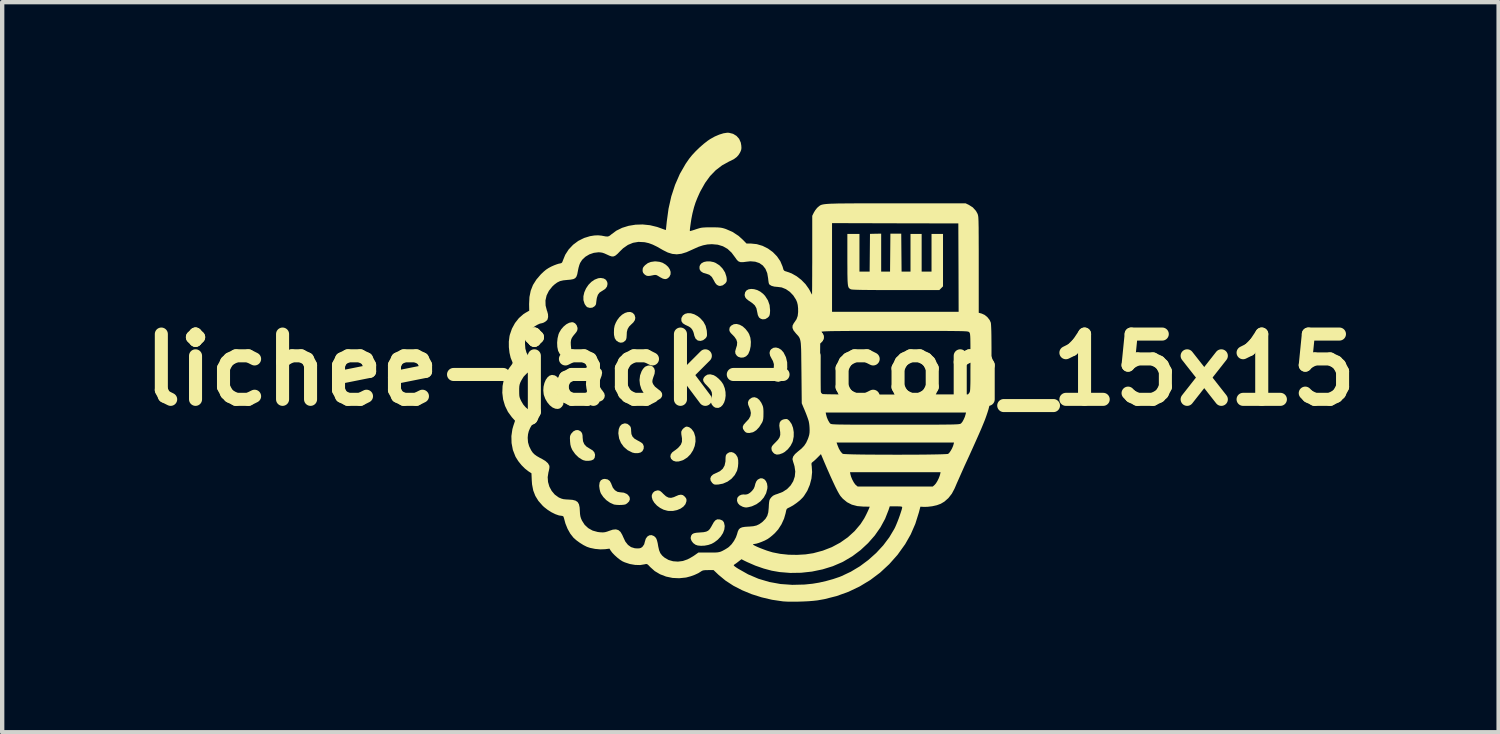
<source format=kicad_pcb>
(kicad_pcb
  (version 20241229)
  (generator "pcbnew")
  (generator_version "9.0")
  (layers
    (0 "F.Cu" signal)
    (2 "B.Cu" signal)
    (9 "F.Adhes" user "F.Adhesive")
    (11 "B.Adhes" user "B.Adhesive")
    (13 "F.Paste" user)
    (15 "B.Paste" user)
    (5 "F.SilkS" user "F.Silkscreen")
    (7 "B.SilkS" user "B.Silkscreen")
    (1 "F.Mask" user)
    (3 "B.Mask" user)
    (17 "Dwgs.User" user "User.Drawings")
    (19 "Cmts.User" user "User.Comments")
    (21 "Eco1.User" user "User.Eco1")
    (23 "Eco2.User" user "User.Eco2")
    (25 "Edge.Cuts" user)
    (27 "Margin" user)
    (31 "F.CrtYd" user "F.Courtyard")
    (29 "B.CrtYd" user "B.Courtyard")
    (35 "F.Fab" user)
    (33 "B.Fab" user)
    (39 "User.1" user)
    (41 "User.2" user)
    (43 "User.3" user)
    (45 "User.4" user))
  (footprint "lichee-jack-icon_15x15"
    (layer "F.Cu")
    (at 14.193 5.448)
    (property "Reference" "lichee-jack-icon_15x15" (at 0 0 0) (layer "F.SilkS") (effects (font (size 1.5 1.5) (thickness 0.3))))
    (attr board_only exclude_from_pos_files exclude_from_bom)
    (fp_poly (pts (xy -0.923 -2.491) (xy -0.844 -2.475) (xy -0.799 -2.457) (xy -0.711 -2.401) (xy -0.638 -2.325) (xy -0.582 -2.236) (xy -0.551 -2.14) (xy -0.545 -2.103) (xy -0.543 -2.055) (xy -0.55 -2.023) (xy -0.569 -1.995) (xy -0.581 -1.982) (xy -0.636 -1.941) (xy -0.696 -1.927) (xy -0.726 -1.931) (xy -0.77 -1.952) (xy -0.809 -1.997) (xy -0.843 -2.06) (xy -0.887 -2.135) (xy -0.944 -2.184) (xy -1.009 -2.207) (xy -1.087 -2.23) (xy -1.141 -2.266) (xy -1.168 -2.313) (xy -1.17 -2.369) (xy -1.157 -2.408) (xy -1.123 -2.449) (xy -1.068 -2.478) (xy -0.999 -2.492)) (stroke (width 0) (type solid)) (fill yes) (layer "F.SilkS"))
    (fp_poly (pts (xy -3.457 -0.031) (xy -3.454 -0.029) (xy -3.418 0.014) (xy -3.407 0.067) (xy -3.419 0.135) (xy -3.436 0.18) (xy -3.466 0.261) (xy -3.473 0.329) (xy -3.459 0.391) (xy -3.42 0.454) (xy -3.398 0.48) (xy -3.358 0.539) (xy -3.345 0.594) (xy -3.357 0.646) (xy -3.391 0.694) (xy -3.442 0.723) (xy -3.501 0.731) (xy -3.563 0.716) (xy -3.592 0.7) (xy -3.668 0.631) (xy -3.726 0.545) (xy -3.763 0.445) (xy -3.779 0.338) (xy -3.772 0.229) (xy -3.741 0.123) (xy -3.728 0.094) (xy -3.682 0.022) (xy -3.629 -0.028) (xy -3.571 -0.055) (xy -3.513 -0.056)) (stroke (width 0) (type solid)) (fill yes) (layer "F.SilkS"))
    (fp_poly (pts (xy -2.707 -1.31) (xy -2.668 -1.271) (xy -2.659 -1.252) (xy -2.644 -1.195) (xy -2.654 -1.143) (xy -2.688 -1.091) (xy -2.733 -1.048) (xy -2.787 -0.994) (xy -2.821 -0.937) (xy -2.839 -0.87) (xy -2.843 -0.787) (xy -2.847 -0.732) (xy -2.858 -0.694) (xy -2.876 -0.668) (xy -2.925 -0.632) (xy -2.981 -0.623) (xy -3.03 -0.637) (xy -3.082 -0.673) (xy -3.117 -0.727) (xy -3.134 -0.802) (xy -3.136 -0.857) (xy -3.133 -0.944) (xy -3.12 -1.015) (xy -3.094 -1.081) (xy -3.06 -1.143) (xy -3.007 -1.213) (xy -2.947 -1.268) (xy -2.882 -1.307) (xy -2.818 -1.327) (xy -2.758 -1.329)) (stroke (width 0) (type solid)) (fill yes) (layer "F.SilkS"))
    (fp_poly (pts (xy 0.649 -0.497) (xy 0.708 -0.46) (xy 0.76 -0.402) (xy 0.762 -0.399) (xy 0.817 -0.29) (xy 0.845 -0.172) (xy 0.847 -0.047) (xy 0.829 0.057) (xy 0.796 0.148) (xy 0.753 0.216) (xy 0.701 0.259) (xy 0.643 0.276) (xy 0.58 0.265) (xy 0.577 0.264) (xy 0.539 0.238) (xy 0.506 0.197) (xy 0.486 0.154) (xy 0.484 0.138) (xy 0.489 0.105) (xy 0.503 0.058) (xy 0.513 0.029) (xy 0.538 -0.056) (xy 0.54 -0.13) (xy 0.518 -0.202) (xy 0.491 -0.25) (xy 0.453 -0.324) (xy 0.44 -0.387) (xy 0.452 -0.44) (xy 0.478 -0.474) (xy 0.529 -0.506) (xy 0.587 -0.513)) (stroke (width 0) (type solid)) (fill yes) (layer "F.SilkS"))
    (fp_poly (pts (xy -3.37 -2.099) (xy -3.319 -2.068) (xy -3.29 -2.018) (xy -3.283 -1.973) (xy -3.295 -1.914) (xy -3.331 -1.864) (xy -3.394 -1.82) (xy -3.408 -1.813) (xy -3.466 -1.775) (xy -3.504 -1.725) (xy -3.527 -1.657) (xy -3.533 -1.625) (xy -3.54 -1.573) (xy -3.545 -1.532) (xy -3.547 -1.513) (xy -3.556 -1.49) (xy -3.58 -1.461) (xy -3.583 -1.458) (xy -3.631 -1.429) (xy -3.69 -1.423) (xy -3.748 -1.439) (xy -3.774 -1.462) (xy -3.801 -1.5) (xy -3.812 -1.52) (xy -3.837 -1.602) (xy -3.837 -1.691) (xy -3.816 -1.782) (xy -3.777 -1.87) (xy -3.723 -1.951) (xy -3.656 -2.02) (xy -3.58 -2.072) (xy -3.498 -2.104) (xy -3.439 -2.111)) (stroke (width 0) (type solid)) (fill yes) (layer "F.SilkS"))
    (fp_poly (pts (xy -2.826 1.242) (xy -2.784 1.274) (xy -2.758 1.303) (xy -2.746 1.334) (xy -2.741 1.376) (xy -2.741 1.401) (xy -2.734 1.476) (xy -2.71 1.533) (xy -2.666 1.58) (xy -2.597 1.621) (xy -2.587 1.626) (xy -2.537 1.653) (xy -2.495 1.681) (xy -2.471 1.703) (xy -2.45 1.756) (xy -2.453 1.815) (xy -2.48 1.867) (xy -2.482 1.87) (xy -2.524 1.9) (xy -2.584 1.915) (xy -2.652 1.915) (xy -2.713 1.901) (xy -2.82 1.847) (xy -2.908 1.772) (xy -2.974 1.681) (xy -3.017 1.577) (xy -3.034 1.463) (xy -3.034 1.45) (xy -3.025 1.363) (xy -2.998 1.296) (xy -2.955 1.252) (xy -2.896 1.232) (xy -2.876 1.231)) (stroke (width 0) (type solid)) (fill yes) (layer "F.SilkS"))
    (fp_poly (pts (xy -0.247 -1.036) (xy -0.177 -0.998) (xy -0.112 -0.939) (xy -0.053 -0.863) (xy -0.028 -0.818) (xy -0.000233 -0.737) (xy 0.011 -0.642) (xy 0.006 -0.542) (xy -0.014 -0.447) (xy -0.048 -0.366) (xy -0.054 -0.356) (xy -0.1 -0.31) (xy -0.157 -0.284) (xy -0.219 -0.28) (xy -0.277 -0.298) (xy -0.309 -0.321) (xy -0.343 -0.369) (xy -0.35 -0.422) (xy -0.335 -0.479) (xy -0.309 -0.563) (xy -0.304 -0.633) (xy -0.323 -0.695) (xy -0.366 -0.758) (xy -0.404 -0.798) (xy -0.447 -0.841) (xy -0.471 -0.873) (xy -0.482 -0.902) (xy -0.484 -0.927) (xy -0.477 -0.971) (xy -0.451 -1.006) (xy -0.439 -1.017) (xy -0.381 -1.048) (xy -0.316 -1.054)) (stroke (width 0) (type solid)) (fill yes) (layer "F.SilkS"))
    (fp_poly (pts (xy 0.086 -1.853) (xy 0.157 -1.833) (xy 0.227 -1.797) (xy 0.293 -1.746) (xy 0.337 -1.699) (xy 0.403 -1.596) (xy 0.441 -1.488) (xy 0.452 -1.372) (xy 0.452 -1.351) (xy 0.448 -1.293) (xy 0.441 -1.257) (xy 0.429 -1.231) (xy 0.407 -1.208) (xy 0.399 -1.2) (xy 0.343 -1.166) (xy 0.283 -1.16) (xy 0.239 -1.173) (xy 0.198 -1.203) (xy 0.171 -1.258) (xy 0.156 -1.332) (xy 0.138 -1.415) (xy 0.102 -1.48) (xy 0.043 -1.534) (xy 0.021 -1.549) (xy -0.046 -1.594) (xy -0.092 -1.632) (xy -0.118 -1.666) (xy -0.13 -1.702) (xy -0.132 -1.727) (xy -0.12 -1.784) (xy -0.089 -1.825) (xy -0.041 -1.85) (xy 0.019 -1.859)) (stroke (width 0) (type solid)) (fill yes) (layer "F.SilkS"))
    (fp_poly (pts (xy -3.279 2.519) (xy -3.23 2.556) (xy -3.197 2.617) (xy -3.194 2.628) (xy -3.161 2.708) (xy -3.113 2.767) (xy -3.053 2.804) (xy -2.993 2.814) (xy -2.907 2.823) (xy -2.841 2.852) (xy -2.814 2.873) (xy -2.777 2.922) (xy -2.769 2.974) (xy -2.788 3.024) (xy -2.833 3.069) (xy -2.868 3.091) (xy -2.901 3.099) (xy -2.953 3.104) (xy -3.014 3.106) (xy -3.074 3.103) (xy -3.123 3.097) (xy -3.137 3.094) (xy -3.226 3.054) (xy -3.31 2.995) (xy -3.381 2.922) (xy -3.434 2.843) (xy -3.45 2.804) (xy -3.464 2.746) (xy -3.473 2.681) (xy -3.474 2.657) (xy -3.464 2.586) (xy -3.436 2.538) (xy -3.389 2.512) (xy -3.344 2.506)) (stroke (width 0) (type solid)) (fill yes) (layer "F.SilkS"))
    (fp_poly (pts (xy -4.492 0.129) (xy -4.44 0.163) (xy -4.417 0.194) (xy -4.407 0.218) (xy -4.404 0.243) (xy -4.408 0.276) (xy -4.422 0.326) (xy -4.428 0.346) (xy -4.446 0.427) (xy -4.447 0.492) (xy -4.428 0.552) (xy -4.387 0.614) (xy -4.36 0.646) (xy -4.315 0.704) (xy -4.296 0.754) (xy -4.301 0.8) (xy -4.331 0.847) (xy -4.331 0.847) (xy -4.374 0.885) (xy -4.423 0.899) (xy -4.482 0.893) (xy -4.546 0.866) (xy -4.609 0.816) (xy -4.666 0.748) (xy -4.713 0.668) (xy -4.745 0.581) (xy -4.75 0.56) (xy -4.759 0.473) (xy -4.753 0.386) (xy -4.733 0.303) (xy -4.702 0.23) (xy -4.661 0.172) (xy -4.614 0.133) (xy -4.561 0.117) (xy -4.558 0.117)) (stroke (width 0) (type solid)) (fill yes) (layer "F.SilkS"))
    (fp_poly (pts (xy -2.098 2.774) (xy -2.069 2.788) (xy -2.034 2.817) (xy -2.003 2.849) (xy -1.94 2.906) (xy -1.882 2.936) (xy -1.823 2.942) (xy -1.758 2.925) (xy -1.721 2.908) (xy -1.65 2.878) (xy -1.595 2.869) (xy -1.549 2.88) (xy -1.508 2.914) (xy -1.506 2.916) (xy -1.478 2.952) (xy -1.468 2.985) (xy -1.47 3.023) (xy -1.493 3.088) (xy -1.54 3.144) (xy -1.606 3.19) (xy -1.686 3.223) (xy -1.777 3.242) (xy -1.873 3.243) (xy -1.909 3.238) (xy -1.995 3.214) (xy -2.075 3.173) (xy -2.147 3.12) (xy -2.206 3.057) (xy -2.247 2.991) (xy -2.266 2.924) (xy -2.265 2.878) (xy -2.241 2.826) (xy -2.197 2.788) (xy -2.14 2.771) (xy -2.129 2.77)) (stroke (width 0) (type solid)) (fill yes) (layer "F.SilkS"))
    (fp_poly (pts (xy -2.085 -2.481) (xy -2.009 -2.455) (xy -1.943 -2.415) (xy -1.889 -2.365) (xy -1.852 -2.309) (xy -1.833 -2.25) (xy -1.835 -2.192) (xy -1.862 -2.138) (xy -1.875 -2.124) (xy -1.916 -2.093) (xy -1.959 -2.084) (xy -2.01 -2.095) (xy -2.074 -2.128) (xy -2.085 -2.135) (xy -2.131 -2.163) (xy -2.163 -2.178) (xy -2.191 -2.181) (xy -2.226 -2.176) (xy -2.244 -2.172) (xy -2.31 -2.159) (xy -2.357 -2.157) (xy -2.394 -2.166) (xy -2.428 -2.189) (xy -2.432 -2.192) (xy -2.463 -2.226) (xy -2.476 -2.263) (xy -2.477 -2.29) (xy -2.473 -2.33) (xy -2.459 -2.361) (xy -2.427 -2.397) (xy -2.419 -2.405) (xy -2.357 -2.452) (xy -2.288 -2.479) (xy -2.203 -2.491) (xy -2.169 -2.491)) (stroke (width 0) (type solid)) (fill yes) (layer "F.SilkS"))
    (fp_poly (pts (xy -1.406 1.319) (xy -1.354 1.358) (xy -1.309 1.418) (xy -1.294 1.446) (xy -1.265 1.543) (xy -1.261 1.646) (xy -1.279 1.75) (xy -1.318 1.849) (xy -1.376 1.939) (xy -1.449 2.014) (xy -1.537 2.07) (xy -1.563 2.081) (xy -1.645 2.105) (xy -1.711 2.108) (xy -1.768 2.091) (xy -1.782 2.083) (xy -1.823 2.044) (xy -1.839 1.996) (xy -1.831 1.946) (xy -1.799 1.899) (xy -1.76 1.869) (xy -1.72 1.841) (xy -1.673 1.804) (xy -1.648 1.78) (xy -1.598 1.72) (xy -1.573 1.655) (xy -1.572 1.578) (xy -1.579 1.531) (xy -1.587 1.48) (xy -1.589 1.433) (xy -1.587 1.417) (xy -1.568 1.378) (xy -1.533 1.34) (xy -1.492 1.312) (xy -1.461 1.304)) (stroke (width 0) (type solid)) (fill yes) (layer "F.SilkS"))
    (fp_poly (pts (xy -1.367 -1.299) (xy -1.29 -1.276) (xy -1.213 -1.234) (xy -1.157 -1.191) (xy -1.08 -1.106) (xy -1.029 -1.012) (xy -1.003 -0.905) (xy -1 -0.871) (xy -0.997 -0.815) (xy -0.999 -0.779) (xy -1.009 -0.754) (xy -1.027 -0.729) (xy -1.035 -0.72) (xy -1.086 -0.681) (xy -1.145 -0.664) (xy -1.203 -0.672) (xy -1.216 -0.678) (xy -1.26 -0.717) (xy -1.288 -0.782) (xy -1.297 -0.823) (xy -1.311 -0.872) (xy -1.335 -0.921) (xy -1.338 -0.925) (xy -1.36 -0.954) (xy -1.385 -0.976) (xy -1.42 -0.998) (xy -1.473 -1.023) (xy -1.499 -1.035) (xy -1.555 -1.071) (xy -1.585 -1.119) (xy -1.587 -1.176) (xy -1.582 -1.197) (xy -1.551 -1.251) (xy -1.502 -1.286) (xy -1.439 -1.302)) (stroke (width 0) (type solid)) (fill yes) (layer "F.SilkS"))
    (fp_poly (pts (xy -0.38 1.908) (xy -0.333 1.947) (xy -0.297 2.005) (xy -0.294 2.013) (xy -0.281 2.072) (xy -0.279 2.147) (xy -0.286 2.227) (xy -0.302 2.301) (xy -0.308 2.321) (xy -0.36 2.419) (xy -0.434 2.503) (xy -0.526 2.57) (xy -0.63 2.615) (xy -0.734 2.635) (xy -0.788 2.638) (xy -0.822 2.636) (xy -0.846 2.626) (xy -0.87 2.606) (xy -0.879 2.597) (xy -0.914 2.546) (xy -0.921 2.495) (xy -0.902 2.447) (xy -0.858 2.405) (xy -0.791 2.373) (xy -0.701 2.33) (xy -0.635 2.273) (xy -0.593 2.199) (xy -0.573 2.106) (xy -0.572 2.061) (xy -0.57 2.005) (xy -0.564 1.969) (xy -0.551 1.944) (xy -0.536 1.927) (xy -0.487 1.896) (xy -0.433 1.89)) (stroke (width 0) (type solid)) (fill yes) (layer "F.SilkS"))
    (fp_poly (pts (xy -2.294 -0.098) (xy -2.246 -0.076) (xy -2.211 -0.035) (xy -2.195 0.02) (xy -2.201 0.085) (xy -2.208 0.108) (xy -2.233 0.177) (xy -2.248 0.227) (xy -2.253 0.262) (xy -2.25 0.292) (xy -2.238 0.322) (xy -2.234 0.331) (xy -2.192 0.388) (xy -2.123 0.443) (xy -2.064 0.489) (xy -2.033 0.533) (xy -2.026 0.581) (xy -2.036 0.62) (xy -2.065 0.659) (xy -2.112 0.688) (xy -2.167 0.703) (xy -2.179 0.703) (xy -2.216 0.697) (xy -2.265 0.681) (xy -2.294 0.669) (xy -2.382 0.612) (xy -2.452 0.535) (xy -2.505 0.443) (xy -2.537 0.341) (xy -2.548 0.234) (xy -2.535 0.128) (xy -2.5 0.032) (xy -2.467 -0.022) (xy -2.429 -0.063) (xy -2.414 -0.074) (xy -2.351 -0.099)) (stroke (width 0) (type solid)) (fill yes) (layer "F.SilkS"))
    (fp_poly (pts (xy -0.847 0.122) (xy -0.843 0.123) (xy -0.786 0.157) (xy -0.725 0.208) (xy -0.669 0.268) (xy -0.627 0.329) (xy -0.623 0.337) (xy -0.589 0.423) (xy -0.572 0.51) (xy -0.569 0.596) (xy -0.58 0.677) (xy -0.603 0.749) (xy -0.637 0.808) (xy -0.68 0.851) (xy -0.731 0.874) (xy -0.789 0.873) (xy -0.815 0.865) (xy -0.855 0.837) (xy -0.889 0.794) (xy -0.907 0.748) (xy -0.909 0.735) (xy -0.905 0.695) (xy -0.895 0.647) (xy -0.893 0.64) (xy -0.881 0.572) (xy -0.889 0.512) (xy -0.919 0.453) (xy -0.973 0.391) (xy -0.991 0.372) (xy -1.047 0.313) (xy -1.079 0.265) (xy -1.087 0.222) (xy -1.072 0.182) (xy -1.042 0.145) (xy -0.988 0.111) (xy -0.923 0.103)) (stroke (width 0) (type solid)) (fill yes) (layer "F.SilkS"))
    (fp_poly (pts (xy -0.712 3.437) (xy -0.686 3.444) (xy -0.642 3.463) (xy -0.615 3.495) (xy -0.606 3.514) (xy -0.59 3.588) (xy -0.599 3.668) (xy -0.63 3.751) (xy -0.681 3.83) (xy -0.749 3.903) (xy -0.831 3.965) (xy -0.891 3.998) (xy -0.967 4.024) (xy -1.051 4.04) (xy -1.134 4.044) (xy -1.209 4.037) (xy -1.26 4.02) (xy -1.313 3.982) (xy -1.351 3.933) (xy -1.371 3.881) (xy -1.371 3.847) (xy -1.358 3.805) (xy -1.336 3.776) (xy -1.3 3.756) (xy -1.245 3.744) (xy -1.166 3.738) (xy -1.158 3.737) (xy -1.075 3.731) (xy -1.015 3.718) (xy -0.97 3.696) (xy -0.934 3.66) (xy -0.9 3.606) (xy -0.879 3.568) (xy -0.84 3.499) (xy -0.802 3.456) (xy -0.761 3.436)) (stroke (width 0) (type solid)) (fill yes) (layer "F.SilkS"))
    (fp_poly (pts (xy 0.856 1.138) (xy 0.885 1.162) (xy 0.901 1.179) (xy 0.948 1.247) (xy 0.98 1.334) (xy 0.996 1.433) (xy 0.995 1.534) (xy 0.976 1.633) (xy 0.967 1.661) (xy 0.922 1.748) (xy 0.86 1.826) (xy 0.786 1.889) (xy 0.741 1.915) (xy 0.666 1.942) (xy 0.606 1.948) (xy 0.557 1.931) (xy 0.527 1.906) (xy 0.494 1.863) (xy 0.484 1.816) (xy 0.484 1.81) (xy 0.486 1.781) (xy 0.497 1.755) (xy 0.52 1.725) (xy 0.56 1.684) (xy 0.578 1.666) (xy 0.635 1.606) (xy 0.67 1.552) (xy 0.686 1.497) (xy 0.685 1.431) (xy 0.675 1.369) (xy 0.664 1.282) (xy 0.672 1.216) (xy 0.699 1.171) (xy 0.746 1.143) (xy 0.79 1.133) (xy 0.829 1.13)) (stroke (width 0) (type solid)) (fill yes) (layer "F.SilkS"))
    (fp_poly (pts (xy -4.074 -1.092) (xy -4.028 -1.068) (xy -3.992 -1.024) (xy -3.973 -0.967) (xy -3.972 -0.947) (xy -3.977 -0.911) (xy -3.995 -0.874) (xy -4.031 -0.828) (xy -4.036 -0.823) (xy -4.076 -0.774) (xy -4.104 -0.731) (xy -4.121 -0.686) (xy -4.128 -0.633) (xy -4.126 -0.567) (xy -4.117 -0.481) (xy -4.11 -0.431) (xy -4.107 -0.386) (xy -4.119 -0.353) (xy -4.136 -0.332) (xy -4.177 -0.301) (xy -4.231 -0.284) (xy -4.282 -0.284) (xy -4.294 -0.288) (xy -4.341 -0.319) (xy -4.384 -0.37) (xy -4.416 -0.432) (xy -4.42 -0.443) (xy -4.437 -0.527) (xy -4.441 -0.625) (xy -4.431 -0.725) (xy -4.409 -0.816) (xy -4.395 -0.851) (xy -4.35 -0.928) (xy -4.293 -0.994) (xy -4.229 -1.047) (xy -4.164 -1.081) (xy -4.102 -1.094)) (stroke (width 0) (type solid)) (fill yes) (layer "F.SilkS"))
    (fp_poly (pts (xy -3.91 1.407) (xy -3.884 1.432) (xy -3.865 1.467) (xy -3.856 1.515) (xy -3.855 1.556) (xy -3.846 1.641) (xy -3.818 1.708) (xy -3.768 1.763) (xy -3.692 1.811) (xy -3.686 1.814) (xy -3.623 1.853) (xy -3.586 1.896) (xy -3.57 1.947) (xy -3.57 1.965) (xy -3.579 2.022) (xy -3.607 2.061) (xy -3.659 2.083) (xy -3.719 2.091) (xy -3.784 2.09) (xy -3.838 2.077) (xy -3.869 2.063) (xy -3.951 2.01) (xy -4.026 1.936) (xy -4.087 1.85) (xy -4.098 1.83) (xy -4.122 1.774) (xy -4.137 1.715) (xy -4.144 1.641) (xy -4.144 1.634) (xy -4.147 1.573) (xy -4.145 1.532) (xy -4.136 1.502) (xy -4.121 1.473) (xy -4.116 1.466) (xy -4.068 1.414) (xy -4.014 1.387) (xy -3.96 1.384)) (stroke (width 0) (type solid)) (fill yes) (layer "F.SilkS"))
    (fp_poly (pts (xy 0.32 2.515) (xy 0.357 2.557) (xy 0.382 2.614) (xy 0.392 2.684) (xy 0.389 2.73) (xy 0.361 2.837) (xy 0.307 2.935) (xy 0.233 3.02) (xy 0.14 3.088) (xy 0.035 3.136) (xy 0.008 3.143) (xy -0.05 3.157) (xy -0.091 3.163) (xy -0.124 3.161) (xy -0.162 3.151) (xy -0.183 3.144) (xy -0.246 3.11) (xy -0.288 3.064) (xy -0.308 3.009) (xy -0.302 2.951) (xy -0.293 2.931) (xy -0.26 2.895) (xy -0.211 2.871) (xy -0.16 2.863) (xy -0.147 2.865) (xy -0.103 2.866) (xy -0.056 2.854) (xy -0.008 2.824) (xy 0.039 2.78) (xy 0.077 2.73) (xy 0.096 2.686) (xy 0.115 2.613) (xy 0.136 2.563) (xy 0.162 2.53) (xy 0.172 2.521) (xy 0.224 2.494) (xy 0.274 2.494)) (stroke (width 0) (type solid)) (fill yes) (layer "F.SilkS"))
    (fp_poly (pts (xy 0.15 0.647) (xy 0.203 0.689) (xy 0.25 0.755) (xy 0.258 0.772) (xy 0.278 0.815) (xy 0.291 0.853) (xy 0.297 0.895) (xy 0.3 0.951) (xy 0.3 1.004) (xy 0.299 1.076) (xy 0.295 1.127) (xy 0.287 1.165) (xy 0.274 1.2) (xy 0.265 1.217) (xy 0.202 1.317) (xy 0.134 1.389) (xy 0.06 1.434) (xy -0.021 1.451) (xy -0.033 1.451) (xy -0.079 1.448) (xy -0.111 1.433) (xy -0.138 1.406) (xy -0.17 1.356) (xy -0.176 1.31) (xy -0.156 1.262) (xy -0.11 1.209) (xy -0.103 1.202) (xy -0.037 1.131) (xy 0.000437 1.062) (xy 0.011 0.991) (xy -0.004 0.916) (xy -0.022 0.872) (xy -0.05 0.804) (xy -0.057 0.751) (xy -0.042 0.706) (xy -0.016 0.673) (xy 0.037 0.638) (xy 0.093 0.629)) (stroke (width 0) (type solid)) (fill yes) (layer "F.SilkS"))
    (fp_poly (pts (xy 3.47 -2.693) (xy 3.474 -2.257) (xy 3.576 -2.257) (xy 3.679 -2.257) (xy 3.679 -2.689) (xy 3.679 -3.122) (xy 3.807 -3.122) (xy 3.935 -3.122) (xy 3.935 -2.69) (xy 3.935 -2.257) (xy 4.049 -2.257) (xy 4.162 -2.257) (xy 4.162 -2.689) (xy 4.162 -3.122) (xy 4.294 -3.122) (xy 4.426 -3.122) (xy 4.426 -2.52) (xy 4.426 -1.918) (xy 4.383 -1.875) (xy 4.341 -1.832) (xy 3.339 -1.833) (xy 3.136 -1.833) (xy 2.96 -1.833) (xy 2.809 -1.834) (xy 2.683 -1.835) (xy 2.578 -1.836) (xy 2.493 -1.838) (xy 2.426 -1.84) (xy 2.376 -1.842) (xy 2.34 -1.845) (xy 2.316 -1.848) (xy 2.303 -1.852) (xy 2.303 -1.853) (xy 2.285 -1.863) (xy 2.27 -1.875) (xy 2.258 -1.89) (xy 2.249 -1.912) (xy 2.242 -1.944) (xy 2.237 -1.988) (xy 2.233 -2.047) (xy 2.231 -2.123) (xy 2.229 -2.219) (xy 2.229 -2.339) (xy 2.228 -2.484) (xy 2.228 -2.532) (xy 2.228 -3.122) (xy 2.367 -3.122) (xy 2.506 -3.122) (xy 2.506 -2.689) (xy 2.506 -2.257) (xy 2.623 -2.257) (xy 2.74 -2.257) (xy 2.744 -2.691) (xy 2.748 -3.124) (xy 2.876 -3.127) (xy 3.005 -3.129) (xy 3.005 -2.693) (xy 3.005 -2.257) (xy 3.107 -2.257) (xy 3.209 -2.257) (xy 3.213 -2.693) (xy 3.217 -3.129) (xy 3.342 -3.129) (xy 3.466 -3.129)) (stroke (width 0) (type solid)) (fill yes) (layer "F.SilkS"))
    (fp_poly (pts (xy -0.494 -5.447) (xy -0.398 -5.423) (xy -0.319 -5.375) (xy -0.259 -5.308) (xy -0.221 -5.222) (xy -0.209 -5.152) (xy -0.206 -5.096) (xy -0.212 -5.054) (xy -0.228 -5.013) (xy -0.242 -4.985) (xy -0.276 -4.932) (xy -0.317 -4.888) (xy -0.37 -4.848) (xy -0.442 -4.809) (xy -0.492 -4.786) (xy -0.651 -4.698) (xy -0.796 -4.587) (xy -0.926 -4.453) (xy -1.042 -4.293) (xy -1.146 -4.108) (xy -1.164 -4.072) (xy -1.218 -3.951) (xy -1.261 -3.843) (xy -1.295 -3.737) (xy -1.325 -3.62) (xy -1.332 -3.591) (xy -1.344 -3.532) (xy -1.357 -3.464) (xy -1.368 -3.393) (xy -1.378 -3.323) (xy -1.386 -3.263) (xy -1.391 -3.217) (xy -1.391 -3.191) (xy -1.39 -3.188) (xy -1.375 -3.191) (xy -1.339 -3.201) (xy -1.287 -3.217) (xy -1.253 -3.229) (xy -1.2 -3.246) (xy -1.155 -3.259) (xy -1.112 -3.267) (xy -1.063 -3.271) (xy -1 -3.274) (xy -0.917 -3.274) (xy -0.901 -3.274) (xy -0.813 -3.274) (xy -0.747 -3.272) (xy -0.696 -3.268) (xy -0.652 -3.261) (xy -0.609 -3.25) (xy -0.563 -3.235) (xy -0.411 -3.169) (xy -0.271 -3.077) (xy -0.173 -2.988) (xy -0.089 -2.902) (xy 0.011 -2.902) (xy 0.147 -2.888) (xy 0.279 -2.849) (xy 0.403 -2.787) (xy 0.515 -2.706) (xy 0.611 -2.608) (xy 0.687 -2.497) (xy 0.739 -2.374) (xy 0.748 -2.343) (xy 0.76 -2.301) (xy 0.777 -2.278) (xy 0.807 -2.264) (xy 0.833 -2.257) (xy 0.948 -2.215) (xy 1.063 -2.15) (xy 1.171 -2.066) (xy 1.266 -1.969) (xy 1.341 -1.864) (xy 1.362 -1.828) (xy 1.386 -1.781) (xy 1.405 -1.746) (xy 1.415 -1.73) (xy 1.416 -1.729) (xy 1.417 -1.744) (xy 1.417 -1.785) (xy 1.418 -1.85) (xy 1.419 -1.937) (xy 1.419 -2.044) (xy 1.42 -2.167) (xy 1.42 -2.305) (xy 1.42 -2.352) (xy 1.876 -2.352) (xy 1.876 -1.334) (xy 3.331 -1.334) (xy 4.785 -1.334) (xy 4.782 -2.349) (xy 4.778 -3.364) (xy 3.327 -3.367) (xy 1.876 -3.371) (xy 1.876 -2.352) (xy 1.42 -2.352) (xy 1.421 -2.454) (xy 1.421 -2.613) (xy 1.421 -2.634) (xy 1.421 -3.539) (xy 1.459 -3.616) (xy 1.491 -3.668) (xy 1.529 -3.716) (xy 1.55 -3.737) (xy 1.566 -3.75) (xy 1.581 -3.762) (xy 1.595 -3.773) (xy 1.612 -3.783) (xy 1.632 -3.791) (xy 1.658 -3.798) (xy 1.69 -3.804) (xy 1.73 -3.809) (xy 1.781 -3.813) (xy 1.844 -3.817) (xy 1.92 -3.819) (xy 2.012 -3.822) (xy 2.12 -3.823) (xy 2.247 -3.824) (xy 2.394 -3.825) (xy 2.562 -3.825) (xy 2.755 -3.825) (xy 2.972 -3.825) (xy 3.217 -3.825) (xy 3.341 -3.825) (xy 4.947 -3.825) (xy 5.02 -3.79) (xy 5.111 -3.732) (xy 5.183 -3.652) (xy 5.217 -3.591) (xy 5.222 -3.578) (xy 5.227 -3.564) (xy 5.231 -3.547) (xy 5.235 -3.525) (xy 5.238 -3.495) (xy 5.24 -3.456) (xy 5.242 -3.406) (xy 5.243 -3.343) (xy 5.245 -3.264) (xy 5.245 -3.167) (xy 5.246 -3.051) (xy 5.246 -2.913) (xy 5.247 -2.751) (xy 5.247 -2.564) (xy 5.247 -2.418) (xy 5.247 -1.311) (xy 5.316 -1.292) (xy 5.384 -1.261) (xy 5.447 -1.209) (xy 5.497 -1.145) (xy 5.522 -1.09) (xy 5.527 -1.066) (xy 5.53 -1.027) (xy 5.533 -0.968) (xy 5.536 -0.89) (xy 5.538 -0.79) (xy 5.539 -0.666) (xy 5.54 -0.518) (xy 5.54 -0.343) (xy 5.54 -0.238) (xy 5.54 -0.062) (xy 5.54 0.087) (xy 5.539 0.213) (xy 5.538 0.318) (xy 5.537 0.404) (xy 5.535 0.476) (xy 5.532 0.535) (xy 5.529 0.585) (xy 5.525 0.629) (xy 5.52 0.668) (xy 5.514 0.707) (xy 5.512 0.72) (xy 5.5 0.784) (xy 5.486 0.848) (xy 5.469 0.914) (xy 5.447 0.984) (xy 5.421 1.061) (xy 5.39 1.147) (xy 5.351 1.243) (xy 5.305 1.354) (xy 5.25 1.48) (xy 5.186 1.624) (xy 5.112 1.789) (xy 5.027 1.977) (xy 4.969 2.103) (xy 4.924 2.2) (xy 4.877 2.306) (xy 4.829 2.414) (xy 4.783 2.518) (xy 4.741 2.612) (xy 4.708 2.69) (xy 4.69 2.731) (xy 4.629 2.846) (xy 4.55 2.947) (xy 4.457 3.029) (xy 4.374 3.078) (xy 4.285 3.111) (xy 4.178 3.135) (xy 4.066 3.148) (xy 3.98 3.149) (xy 3.906 3.145) (xy 3.872 3.276) (xy 3.79 3.538) (xy 3.684 3.782) (xy 3.555 4.009) (xy 3.551 4.014) (xy 3.381 4.251) (xy 3.19 4.466) (xy 2.981 4.66) (xy 2.755 4.83) (xy 2.512 4.977) (xy 2.255 5.1) (xy 1.983 5.198) (xy 1.698 5.27) (xy 1.539 5.298) (xy 1.449 5.308) (xy 1.339 5.317) (xy 1.217 5.323) (xy 1.092 5.327) (xy 0.969 5.328) (xy 0.858 5.327) (xy 0.766 5.322) (xy 0.743 5.32) (xy 0.498 5.284) (xy 0.259 5.228) (xy 0.028 5.155) (xy -0.189 5.065) (xy -0.391 4.961) (xy -0.572 4.843) (xy -0.729 4.713) (xy -0.737 4.706) (xy -0.846 4.602) (xy -0.971 4.602) (xy -1.036 4.603) (xy -1.08 4.608) (xy -1.111 4.618) (xy -1.133 4.632) (xy -1.196 4.672) (xy -1.278 4.71) (xy -1.371 4.744) (xy -1.464 4.769) (xy -1.482 4.773) (xy -1.636 4.789) (xy -1.789 4.782) (xy -1.937 4.751) (xy -2.075 4.698) (xy -2.198 4.625) (xy -2.302 4.532) (xy -2.302 4.532) (xy -2.34 4.492) (xy -2.345 4.487) (xy -0.383 4.487) (xy -0.379 4.499) (xy -0.359 4.518) (xy -0.319 4.546) (xy -0.278 4.572) (xy -0.052 4.7) (xy 0.185 4.801) (xy 0.434 4.875) (xy 0.693 4.922) (xy 0.964 4.941) (xy 1.244 4.934) (xy 1.429 4.915) (xy 1.579 4.89) (xy 1.74 4.853) (xy 1.899 4.809) (xy 2.044 4.76) (xy 2.092 4.741) (xy 2.308 4.639) (xy 2.516 4.514) (xy 2.711 4.369) (xy 2.891 4.208) (xy 3.053 4.033) (xy 3.192 3.848) (xy 3.307 3.655) (xy 3.327 3.615) (xy 3.351 3.56) (xy 3.379 3.492) (xy 3.408 3.417) (xy 3.435 3.341) (xy 3.458 3.271) (xy 3.477 3.212) (xy 3.487 3.17) (xy 3.488 3.158) (xy 3.483 3.148) (xy 3.463 3.141) (xy 3.424 3.138) (xy 3.362 3.137) (xy 3.345 3.137) (xy 3.202 3.137) (xy 3.175 3.221) (xy 3.095 3.424) (xy 2.988 3.621) (xy 2.857 3.808) (xy 2.704 3.982) (xy 2.532 4.142) (xy 2.344 4.283) (xy 2.141 4.403) (xy 2.111 4.419) (xy 1.893 4.513) (xy 1.66 4.585) (xy 1.415 4.636) (xy 1.166 4.663) (xy 0.915 4.667) (xy 0.669 4.647) (xy 0.491 4.616) (xy 0.308 4.567) (xy 0.115 4.5) (xy -0.075 4.417) (xy -0.143 4.384) (xy -0.205 4.352) (xy -0.277 4.408) (xy -0.319 4.44) (xy -0.356 4.466) (xy -0.374 4.478) (xy -0.383 4.487) (xy -2.345 4.487) (xy -2.365 4.47) (xy -2.386 4.462) (xy -2.41 4.464) (xy -2.429 4.469) (xy -2.533 4.486) (xy -2.649 4.483) (xy -2.77 4.462) (xy -2.886 4.424) (xy -2.938 4.401) (xy -2.993 4.366) (xy -3.056 4.317) (xy -3.119 4.26) (xy -3.174 4.203) (xy -3.21 4.155) (xy -3.238 4.109) (xy -3.338 4.122) (xy -3.448 4.126) (xy -3.569 4.115) (xy -3.685 4.091) (xy -3.756 4.067) (xy -3.834 4.028) (xy -3.919 3.975) (xy -4 3.916) (xy -4.066 3.857) (xy -4.07 3.852) (xy -4.139 3.764) (xy -4.201 3.654) (xy -4.251 3.53) (xy -4.286 3.4) (xy -4.287 3.397) (xy -4.3 3.366) (xy -4.327 3.356) (xy -4.329 3.356) (xy -4.399 3.346) (xy -4.482 3.317) (xy -4.571 3.273) (xy -4.659 3.217) (xy -4.741 3.153) (xy -4.776 3.12) (xy -4.872 3.011) (xy -4.942 2.897) (xy -4.99 2.773) (xy -5.017 2.634) (xy -5.024 2.541) (xy -5.031 2.377) (xy -5.101 2.332) (xy -5.18 2.27) (xy -5.261 2.189) (xy -5.334 2.098) (xy -5.391 2.007) (xy -5.4 1.99) (xy -5.458 1.841) (xy -5.488 1.683) (xy -5.492 1.523) (xy -5.469 1.363) (xy -5.446 1.284) (xy -5.408 1.17) (xy -5.481 1.089) (xy -5.571 0.966) (xy -5.638 0.829) (xy -5.682 0.681) (xy -5.701 0.527) (xy -5.699 0.485) (xy -5.313 0.485) (xy -5.312 0.553) (xy -5.309 0.602) (xy -5.3 0.641) (xy -5.284 0.681) (xy -5.262 0.726) (xy -5.217 0.801) (xy -5.165 0.86) (xy -5.13 0.89) (xy -5.062 0.943) (xy -5.015 0.983) (xy -4.983 1.013) (xy -4.965 1.038) (xy -4.957 1.061) (xy -4.954 1.086) (xy -4.954 1.094) (xy -4.961 1.141) (xy -4.983 1.197) (xy -5.013 1.251) (xy -5.062 1.337) (xy -5.093 1.411) (xy -5.11 1.481) (xy -5.117 1.556) (xy -5.117 1.568) (xy -5.11 1.665) (xy -5.084 1.756) (xy -5.037 1.851) (xy -5.036 1.852) (xy -5.003 1.901) (xy -4.963 1.942) (xy -4.908 1.982) (xy -4.835 2.024) (xy -4.798 2.042) (xy -4.711 2.094) (xy -4.652 2.147) (xy -4.621 2.201) (xy -4.617 2.23) (xy -4.621 2.27) (xy -4.632 2.322) (xy -4.641 2.356) (xy -4.658 2.467) (xy -4.65 2.578) (xy -4.619 2.685) (xy -4.566 2.783) (xy -4.495 2.867) (xy -4.407 2.931) (xy -4.39 2.939) (xy -4.343 2.959) (xy -4.296 2.972) (xy -4.238 2.978) (xy -4.181 2.981) (xy -4.087 2.988) (xy -4.018 3.006) (xy -3.97 3.038) (xy -3.94 3.089) (xy -3.924 3.161) (xy -3.919 3.241) (xy -3.915 3.312) (xy -3.907 3.365) (xy -3.893 3.413) (xy -3.87 3.465) (xy -3.808 3.562) (xy -3.726 3.638) (xy -3.626 3.694) (xy -3.51 3.726) (xy -3.453 3.733) (xy -3.39 3.736) (xy -3.341 3.731) (xy -3.29 3.717) (xy -3.252 3.703) (xy -3.163 3.673) (xy -3.091 3.666) (xy -3.033 3.683) (xy -2.985 3.724) (xy -2.945 3.792) (xy -2.923 3.842) (xy -2.874 3.946) (xy -2.813 4.023) (xy -2.742 4.074) (xy -2.657 4.1) (xy -2.601 4.104) (xy -2.55 4.102) (xy -2.516 4.092) (xy -2.487 4.072) (xy -2.477 4.062) (xy -2.441 4.01) (xy -2.425 3.949) (xy -2.404 3.881) (xy -2.369 3.832) (xy -2.323 3.803) (xy -2.271 3.798) (xy -2.218 3.819) (xy -2.207 3.827) (xy -2.18 3.852) (xy -2.16 3.882) (xy -2.145 3.925) (xy -2.13 3.985) (xy -2.118 4.057) (xy -2.098 4.145) (xy -2.07 4.213) (xy -2.027 4.269) (xy -1.971 4.317) (xy -1.881 4.369) (xy -1.777 4.399) (xy -1.665 4.407) (xy -1.552 4.393) (xy -1.446 4.356) (xy -1.383 4.323) (xy -1.315 4.283) (xy -1.275 4.256) (xy -1.195 4.199) (xy -0.96 4.199) (xy -0.871 4.199) (xy -0.806 4.198) (xy -0.758 4.195) (xy -0.722 4.189) (xy -0.691 4.181) (xy -0.661 4.169) (xy -0.642 4.16) (xy -0.584 4.129) (xy -0.526 4.093) (xy -0.496 4.072) (xy -0.436 4.012) (xy 0.059 4.012) (xy 0.072 4.025) (xy 0.109 4.045) (xy 0.162 4.07) (xy 0.229 4.098) (xy 0.302 4.126) (xy 0.378 4.154) (xy 0.452 4.177) (xy 0.513 4.195) (xy 0.687 4.229) (xy 0.878 4.249) (xy 1.074 4.252) (xy 1.267 4.241) (xy 1.444 4.214) (xy 1.664 4.155) (xy 1.872 4.074) (xy 2.064 3.971) (xy 2.239 3.848) (xy 2.395 3.706) (xy 2.529 3.548) (xy 2.614 3.417) (xy 2.636 3.376) (xy 2.662 3.325) (xy 2.689 3.269) (xy 2.713 3.217) (xy 2.731 3.174) (xy 2.74 3.149) (xy 2.741 3.145) (xy 2.727 3.144) (xy 2.69 3.144) (xy 2.637 3.143) (xy 2.598 3.143) (xy 2.455 3.131) (xy 2.33 3.098) (xy 2.221 3.042) (xy 2.124 2.962) (xy 2.069 2.899) (xy 2.04 2.854) (xy 2.001 2.784) (xy 1.953 2.689) (xy 1.898 2.572) (xy 1.835 2.434) (xy 1.799 2.352) (xy 2.289 2.352) (xy 2.297 2.396) (xy 2.313 2.455) (xy 2.34 2.52) (xy 2.373 2.582) (xy 2.406 2.63) (xy 2.422 2.646) (xy 2.465 2.682) (xy 3.327 2.682) (xy 4.19 2.682) (xy 4.232 2.646) (xy 4.263 2.61) (xy 4.297 2.555) (xy 4.328 2.492) (xy 4.352 2.429) (xy 4.361 2.395) (xy 4.37 2.352) (xy 3.329 2.352) (xy 2.289 2.352) (xy 1.799 2.352) (xy 1.765 2.276) (xy 1.69 2.101) (xy 1.678 2.072) (xy 1.621 1.937) (xy 1.54 2.019) (xy 1.497 2.061) (xy 1.458 2.096) (xy 1.43 2.118) (xy 1.428 2.12) (xy 1.41 2.136) (xy 1.403 2.158) (xy 1.406 2.195) (xy 1.409 2.21) (xy 1.418 2.351) (xy 1.403 2.498) (xy 1.365 2.643) (xy 1.307 2.78) (xy 1.23 2.901) (xy 1.201 2.936) (xy 1.139 2.998) (xy 1.061 3.06) (xy 0.98 3.116) (xy 0.904 3.158) (xy 0.893 3.163) (xy 0.859 3.179) (xy 0.838 3.195) (xy 0.825 3.22) (xy 0.816 3.261) (xy 0.81 3.292) (xy 0.773 3.421) (xy 0.714 3.55) (xy 0.638 3.668) (xy 0.562 3.753) (xy 0.508 3.802) (xy 0.452 3.848) (xy 0.403 3.883) (xy 0.39 3.891) (xy 0.332 3.922) (xy 0.264 3.951) (xy 0.197 3.976) (xy 0.138 3.994) (xy 0.096 4.001) (xy 0.095 4.001) (xy 0.068 4.005) (xy 0.059 4.012) (xy -0.436 4.012) (xy -0.434 4.011) (xy -0.377 3.932) (xy -0.332 3.848) (xy -0.307 3.778) (xy -0.289 3.715) (xy -0.267 3.669) (xy -0.236 3.639) (xy -0.191 3.619) (xy -0.127 3.608) (xy -0.039 3.602) (xy -0.029 3.602) (xy 0.065 3.594) (xy 0.14 3.577) (xy 0.204 3.547) (xy 0.268 3.502) (xy 0.286 3.486) (xy 0.347 3.423) (xy 0.388 3.355) (xy 0.411 3.275) (xy 0.421 3.174) (xy 0.421 3.174) (xy 0.425 3.096) (xy 0.43 3.041) (xy 0.437 3.002) (xy 0.449 2.972) (xy 0.467 2.946) (xy 0.483 2.927) (xy 0.52 2.893) (xy 0.569 2.869) (xy 0.624 2.851) (xy 0.743 2.805) (xy 0.844 2.739) (xy 0.925 2.656) (xy 0.984 2.56) (xy 1.02 2.452) (xy 1.031 2.337) (xy 1.014 2.217) (xy 0.998 2.163) (xy 0.982 2.113) (xy 0.971 2.07) (xy 0.967 2.049) (xy 0.982 1.994) (xy 1.025 1.936) (xy 1.091 1.878) (xy 1.174 1.81) (xy 1.236 1.745) (xy 1.283 1.674) (xy 1.284 1.671) (xy 1.98 1.671) (xy 2.002 1.733) (xy 2.033 1.81) (xy 2.07 1.873) (xy 2.106 1.917) (xy 2.126 1.931) (xy 2.147 1.934) (xy 2.195 1.937) (xy 2.267 1.94) (xy 2.36 1.943) (xy 2.472 1.945) (xy 2.599 1.947) (xy 2.739 1.948) (xy 2.889 1.949) (xy 3.047 1.95) (xy 3.21 1.95) (xy 3.375 1.951) (xy 3.539 1.95) (xy 3.7 1.95) (xy 3.854 1.949) (xy 4 1.948) (xy 4.134 1.946) (xy 4.254 1.944) (xy 4.357 1.942) (xy 4.44 1.939) (xy 4.501 1.936) (xy 4.536 1.933) (xy 4.544 1.931) (xy 4.57 1.907) (xy 4.601 1.863) (xy 4.632 1.809) (xy 4.657 1.751) (xy 4.669 1.711) (xy 4.679 1.671) (xy 3.33 1.671) (xy 1.98 1.671) (xy 1.284 1.671) (xy 1.321 1.59) (xy 1.335 1.551) (xy 1.351 1.497) (xy 1.359 1.447) (xy 1.361 1.389) (xy 1.359 1.326) (xy 1.355 1.274) (xy 1.349 1.227) (xy 1.34 1.18) (xy 1.324 1.129) (xy 1.302 1.067) (xy 1.272 0.989) (xy 1.269 0.982) (xy 1.73 0.982) (xy 1.74 1.03) (xy 1.757 1.093) (xy 1.784 1.157) (xy 1.815 1.21) (xy 1.831 1.23) (xy 1.836 1.235) (xy 1.843 1.24) (xy 1.852 1.243) (xy 1.866 1.247) (xy 1.887 1.25) (xy 1.915 1.252) (xy 1.954 1.254) (xy 2.004 1.256) (xy 2.067 1.257) (xy 2.145 1.258) (xy 2.24 1.259) (xy 2.354 1.26) (xy 2.488 1.26) (xy 2.643 1.26) (xy 2.822 1.26) (xy 3.027 1.26) (xy 3.259 1.26) (xy 3.332 1.26) (xy 3.573 1.26) (xy 3.785 1.26) (xy 3.972 1.26) (xy 4.134 1.26) (xy 4.274 1.26) (xy 4.394 1.259) (xy 4.494 1.258) (xy 4.578 1.257) (xy 4.646 1.256) (xy 4.7 1.254) (xy 4.742 1.252) (xy 4.774 1.25) (xy 4.797 1.247) (xy 4.814 1.244) (xy 4.825 1.24) (xy 4.834 1.236) (xy 4.84 1.232) (xy 4.87 1.197) (xy 4.9 1.143) (xy 4.928 1.08) (xy 4.945 1.022) (xy 4.955 0.982) (xy 3.342 0.982) (xy 1.73 0.982) (xy 1.269 0.982) (xy 1.231 0.89) (xy 1.229 0.887) (xy 1.18 0.769) (xy 1.173 0.051) (xy 1.172 -0.02) (xy 1.6 -0.02) (xy 1.6 0.131) (xy 1.601 0.258) (xy 1.603 0.36) (xy 1.605 0.436) (xy 1.608 0.485) (xy 1.612 0.504) (xy 1.634 0.538) (xy 1.66 0.557) (xy 1.679 0.558) (xy 1.726 0.56) (xy 1.8 0.562) (xy 1.899 0.563) (xy 2.021 0.565) (xy 2.165 0.566) (xy 2.33 0.566) (xy 2.514 0.567) (xy 2.716 0.567) (xy 2.934 0.567) (xy 3.167 0.567) (xy 3.347 0.567) (xy 5.001 0.564) (xy 5.029 0.53) (xy 5.035 0.52) (xy 5.041 0.508) (xy 5.045 0.491) (xy 5.049 0.465) (xy 5.051 0.43) (xy 5.053 0.38) (xy 5.055 0.315) (xy 5.056 0.231) (xy 5.056 0.127) (xy 5.056 -0.002) (xy 5.057 -0.157) (xy 5.057 -0.17) (xy 5.057 -0.327) (xy 5.056 -0.458) (xy 5.056 -0.564) (xy 5.055 -0.649) (xy 5.054 -0.715) (xy 5.052 -0.764) (xy 5.049 -0.801) (xy 5.046 -0.826) (xy 5.041 -0.843) (xy 5.036 -0.854) (xy 5.03 -0.862) (xy 5.027 -0.865) (xy 5.022 -0.869) (xy 5.016 -0.873) (xy 5.006 -0.877) (xy 4.992 -0.88) (xy 4.972 -0.883) (xy 4.943 -0.885) (xy 4.906 -0.887) (xy 4.857 -0.889) (xy 4.795 -0.89) (xy 4.719 -0.891) (xy 4.627 -0.892) (xy 4.517 -0.893) (xy 4.388 -0.893) (xy 4.238 -0.894) (xy 4.066 -0.894) (xy 3.87 -0.894) (xy 3.648 -0.894) (xy 3.399 -0.894) (xy 3.33 -0.894) (xy 3.069 -0.894) (xy 2.835 -0.894) (xy 2.628 -0.894) (xy 2.445 -0.893) (xy 2.286 -0.893) (xy 2.149 -0.892) (xy 2.031 -0.891) (xy 1.933 -0.89) (xy 1.851 -0.889) (xy 1.785 -0.887) (xy 1.733 -0.885) (xy 1.694 -0.883) (xy 1.665 -0.881) (xy 1.647 -0.878) (xy 1.636 -0.875) (xy 1.633 -0.873) (xy 1.627 -0.867) (xy 1.621 -0.858) (xy 1.616 -0.844) (xy 1.613 -0.821) (xy 1.61 -0.788) (xy 1.607 -0.741) (xy 1.606 -0.679) (xy 1.604 -0.597) (xy 1.603 -0.495) (xy 1.602 -0.369) (xy 1.601 -0.216) (xy 1.601 -0.194) (xy 1.6 -0.02) (xy 1.172 -0.02) (xy 1.171 -0.116) (xy 1.169 -0.257) (xy 1.168 -0.374) (xy 1.166 -0.47) (xy 1.162 -0.548) (xy 1.158 -0.61) (xy 1.151 -0.659) (xy 1.142 -0.697) (xy 1.131 -0.728) (xy 1.117 -0.754) (xy 1.099 -0.779) (xy 1.077 -0.803) (xy 1.051 -0.831) (xy 1.04 -0.844) (xy 0.99 -0.907) (xy 0.967 -0.963) (xy 0.969 -1.016) (xy 0.996 -1.07) (xy 1.016 -1.097) (xy 1.06 -1.163) (xy 1.087 -1.238) (xy 1.097 -1.329) (xy 1.096 -1.412) (xy 1.088 -1.491) (xy 1.073 -1.553) (xy 1.049 -1.61) (xy 1.049 -1.61) (xy 0.985 -1.71) (xy 0.906 -1.792) (xy 0.816 -1.854) (xy 0.72 -1.893) (xy 0.627 -1.905) (xy 0.551 -1.912) (xy 0.487 -1.929) (xy 0.442 -1.956) (xy 0.428 -1.974) (xy 0.42 -2.002) (xy 0.413 -2.048) (xy 0.407 -2.103) (xy 0.387 -2.221) (xy 0.346 -2.32) (xy 0.286 -2.397) (xy 0.206 -2.453) (xy 0.11 -2.485) (xy -0.002 -2.494) (xy -0.093 -2.484) (xy -0.17 -2.474) (xy -0.227 -2.475) (xy -0.271 -2.49) (xy -0.308 -2.523) (xy -0.345 -2.575) (xy -0.347 -2.578) (xy -0.432 -2.692) (xy -0.525 -2.779) (xy -0.631 -2.839) (xy -0.749 -2.875) (xy -0.883 -2.887) (xy -0.887 -2.887) (xy -0.988 -2.881) (xy -1.088 -2.861) (xy -1.194 -2.826) (xy -1.312 -2.773) (xy -1.338 -2.761) (xy -1.468 -2.703) (xy -1.584 -2.667) (xy -1.691 -2.654) (xy -1.795 -2.664) (xy -1.899 -2.696) (xy -2.009 -2.751) (xy -2.033 -2.765) (xy -2.147 -2.83) (xy -2.246 -2.878) (xy -2.336 -2.911) (xy -2.423 -2.931) (xy -2.437 -2.933) (xy -2.572 -2.94) (xy -2.697 -2.919) (xy -2.815 -2.87) (xy -2.925 -2.793) (xy -2.995 -2.725) (xy -3.053 -2.665) (xy -3.1 -2.626) (xy -3.141 -2.606) (xy -3.184 -2.605) (xy -3.233 -2.62) (xy -3.29 -2.646) (xy -3.354 -2.675) (xy -3.404 -2.692) (xy -3.452 -2.699) (xy -3.492 -2.701) (xy -3.598 -2.688) (xy -3.7 -2.653) (xy -3.791 -2.599) (xy -3.866 -2.528) (xy -3.913 -2.455) (xy -3.931 -2.408) (xy -3.949 -2.345) (xy -3.963 -2.278) (xy -3.964 -2.271) (xy -3.979 -2.194) (xy -3.998 -2.141) (xy -4.027 -2.105) (xy -4.07 -2.084) (xy -4.134 -2.072) (xy -4.202 -2.066) (xy -4.299 -2.056) (xy -4.376 -2.038) (xy -4.441 -2.006) (xy -4.505 -1.958) (xy -4.551 -1.915) (xy -4.63 -1.816) (xy -4.683 -1.709) (xy -4.709 -1.595) (xy -4.706 -1.478) (xy -4.676 -1.361) (xy -4.669 -1.345) (xy -4.651 -1.279) (xy -4.648 -1.214) (xy -4.661 -1.16) (xy -4.669 -1.146) (xy -4.702 -1.114) (xy -4.747 -1.086) (xy -4.79 -1.071) (xy -4.799 -1.07) (xy -4.838 -1.061) (xy -4.89 -1.038) (xy -4.948 -1.004) (xy -5.002 -0.964) (xy -5.019 -0.951) (xy -5.071 -0.893) (xy -5.119 -0.822) (xy -5.132 -0.797) (xy -5.159 -0.737) (xy -5.173 -0.685) (xy -5.179 -0.627) (xy -5.179 -0.597) (xy -5.171 -0.487) (xy -5.145 -0.394) (xy -5.096 -0.308) (xy -5.048 -0.249) (xy -5.005 -0.197) (xy -4.978 -0.153) (xy -4.969 -0.113) (xy -4.98 -0.073) (xy -5.011 -0.029) (xy -5.064 0.022) (xy -5.141 0.086) (xy -5.148 0.092) (xy -5.211 0.158) (xy -5.264 0.245) (xy -5.288 0.294) (xy -5.302 0.335) (xy -5.31 0.377) (xy -5.313 0.429) (xy -5.313 0.485) (xy -5.699 0.485) (xy -5.695 0.371) (xy -5.664 0.217) (xy -5.614 0.081) (xy -5.581 0.02) (xy -5.54 -0.044) (xy -5.513 -0.08) (xy -5.481 -0.123) (xy -5.466 -0.152) (xy -5.466 -0.173) (xy -5.469 -0.179) (xy -5.509 -0.277) (xy -5.536 -0.393) (xy -5.55 -0.52) (xy -5.551 -0.648) (xy -5.536 -0.769) (xy -5.528 -0.805) (xy -5.479 -0.947) (xy -5.409 -1.075) (xy -5.32 -1.188) (xy -5.216 -1.279) (xy -5.161 -1.314) (xy -5.082 -1.359) (xy -5.085 -1.512) (xy -5.077 -1.673) (xy -5.048 -1.818) (xy -4.996 -1.95) (xy -4.918 -2.074) (xy -4.815 -2.194) (xy -4.75 -2.256) (xy -4.695 -2.302) (xy -4.638 -2.339) (xy -4.575 -2.373) (xy -4.512 -2.401) (xy -4.451 -2.424) (xy -4.403 -2.439) (xy -4.39 -2.441) (xy -4.35 -2.45) (xy -4.328 -2.465) (xy -4.313 -2.498) (xy -4.309 -2.511) (xy -4.254 -2.645) (xy -4.175 -2.767) (xy -4.074 -2.874) (xy -3.956 -2.962) (xy -3.823 -3.029) (xy -3.686 -3.071) (xy -3.587 -3.087) (xy -3.502 -3.091) (xy -3.418 -3.083) (xy -3.384 -3.076) (xy -3.323 -3.065) (xy -3.281 -3.063) (xy -3.249 -3.072) (xy -3.218 -3.093) (xy -3.197 -3.111) (xy -3.081 -3.197) (xy -2.947 -3.263) (xy -2.798 -3.309) (xy -2.639 -3.335) (xy -2.475 -3.34) (xy -2.308 -3.323) (xy -2.143 -3.283) (xy -2.056 -3.252) (xy -2.005 -3.233) (xy -1.965 -3.219) (xy -1.944 -3.213) (xy -1.943 -3.213) (xy -1.94 -3.228) (xy -1.936 -3.267) (xy -1.93 -3.324) (xy -1.923 -3.393) (xy -1.922 -3.403) (xy -1.881 -3.703) (xy -1.817 -3.987) (xy -1.73 -4.253) (xy -1.621 -4.502) (xy -1.489 -4.732) (xy -1.406 -4.852) (xy -1.34 -4.934) (xy -1.257 -5.023) (xy -1.165 -5.112) (xy -1.071 -5.194) (xy -0.981 -5.264) (xy -0.923 -5.303) (xy -0.819 -5.361) (xy -0.716 -5.405) (xy -0.619 -5.435) (xy -0.535 -5.448)) (stroke (width 0) (type solid)) (fill yes) (layer "F.SilkS")))
  (gr_rect
    (start -3 -3)
    (end 31.386 13.776)
    (stroke (width 0.1) (type default))
    (fill no)
    (layer "Edge.Cuts")))
</source>
